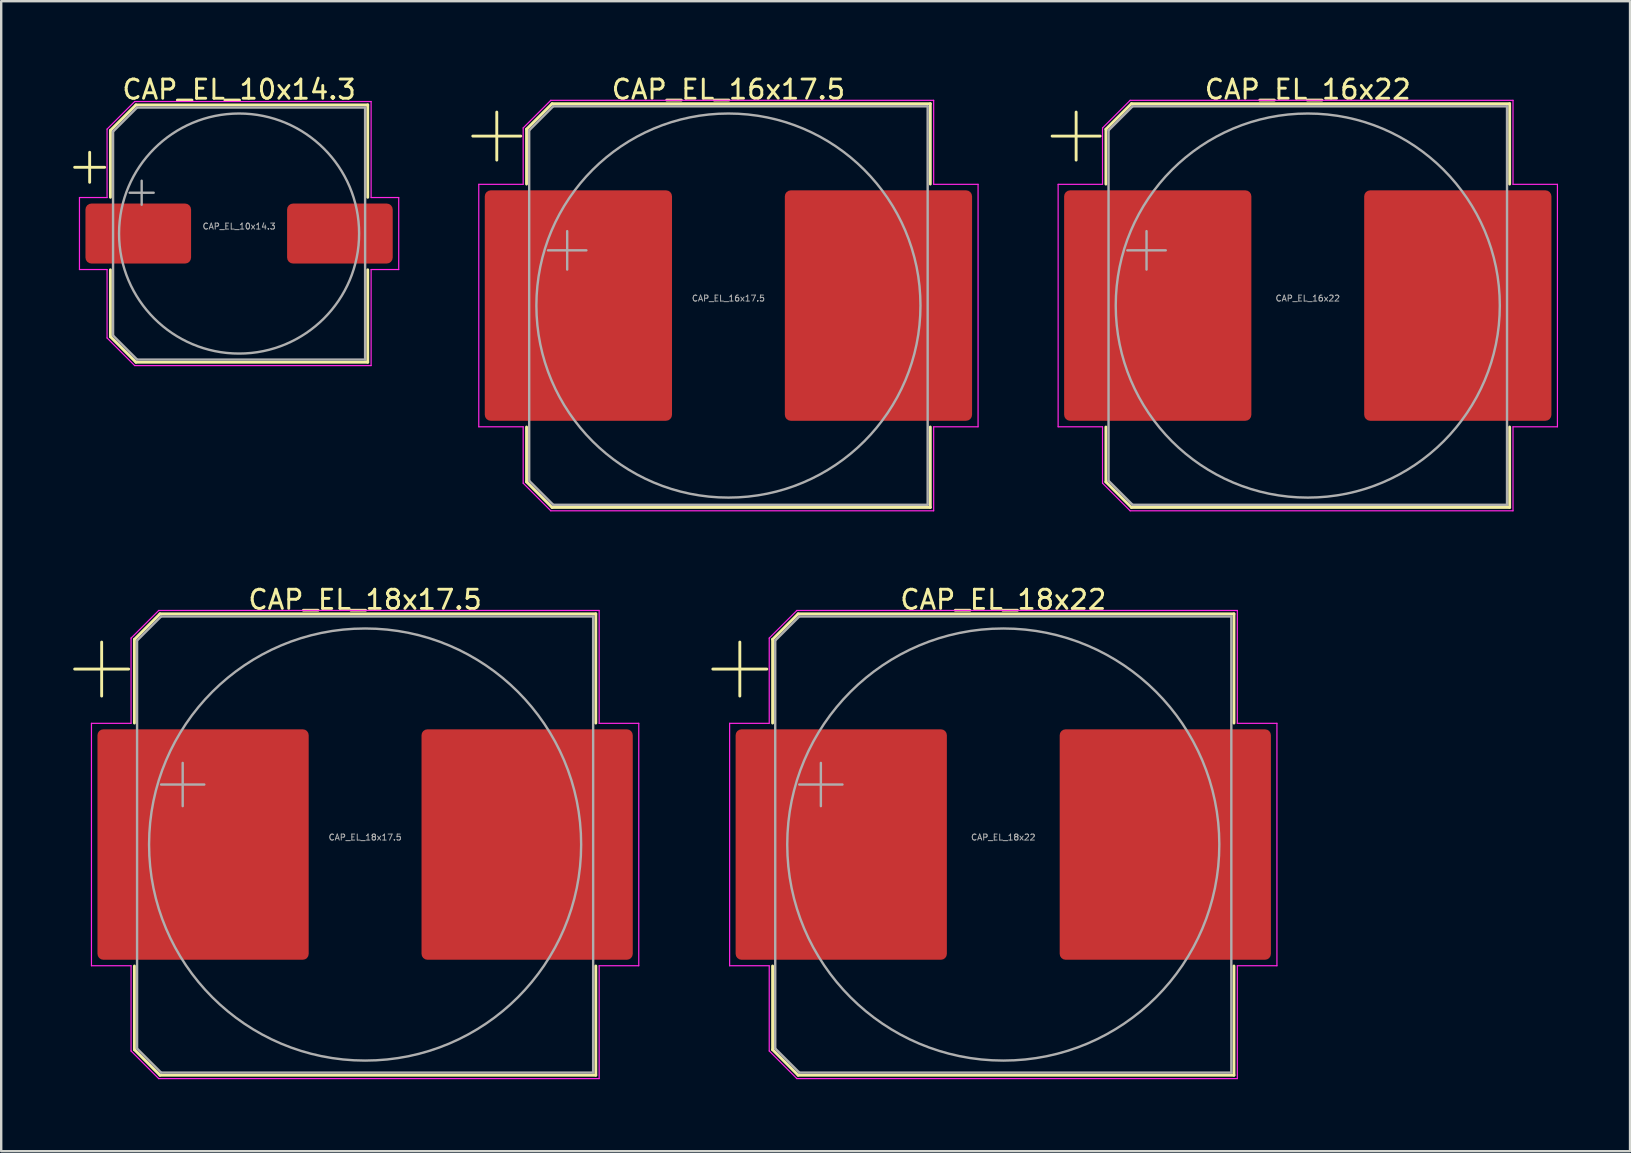
<source format=kicad_pcb>
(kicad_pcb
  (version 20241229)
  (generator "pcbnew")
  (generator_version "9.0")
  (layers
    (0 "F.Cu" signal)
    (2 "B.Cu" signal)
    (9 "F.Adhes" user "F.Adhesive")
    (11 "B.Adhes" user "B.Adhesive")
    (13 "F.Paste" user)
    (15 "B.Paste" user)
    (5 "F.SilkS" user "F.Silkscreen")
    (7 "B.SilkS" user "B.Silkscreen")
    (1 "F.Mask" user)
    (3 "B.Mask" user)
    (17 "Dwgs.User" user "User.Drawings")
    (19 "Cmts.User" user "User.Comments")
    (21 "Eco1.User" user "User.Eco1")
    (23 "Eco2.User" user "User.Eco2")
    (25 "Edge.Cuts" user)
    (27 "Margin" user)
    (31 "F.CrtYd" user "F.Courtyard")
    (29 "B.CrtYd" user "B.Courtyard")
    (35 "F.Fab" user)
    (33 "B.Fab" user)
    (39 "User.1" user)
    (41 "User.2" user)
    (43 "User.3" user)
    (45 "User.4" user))
  (footprint "CAP_EL_16x22"
    (layer "F.Cu")
    (at 51.43 9.679)
    (property "Reference" "CAP_EL_16x22" (at 0 -9 0) (layer "F.SilkS") (effects (font (size 0.8 0.8) (thickness 0.12))))
    (attr smd)
    (fp_line (start -10.65 -7.06) (end -8.65 -7.06) (stroke (width 0.12) (type solid)) (layer "F.SilkS"))
    (fp_line (start -9.65 -8.06) (end -9.65 -6.06) (stroke (width 0.12) (type solid)) (layer "F.SilkS"))
    (fp_line (start -8.41 -7.346) (end -8.41 -5.06) (stroke (width 0.12) (type solid)) (layer "F.SilkS"))
    (fp_line (start -8.41 -7.346) (end -7.346 -8.41) (stroke (width 0.12) (type solid)) (layer "F.SilkS"))
    (fp_line (start -8.41 7.346) (end -8.41 5.06) (stroke (width 0.12) (type solid)) (layer "F.SilkS"))
    (fp_line (start -8.41 7.346) (end -7.346 8.41) (stroke (width 0.12) (type solid)) (layer "F.SilkS"))
    (fp_line (start -7.346 -8.41) (end 8.41 -8.41) (stroke (width 0.12) (type solid)) (layer "F.SilkS"))
    (fp_line (start -7.346 8.41) (end 8.41 8.41) (stroke (width 0.12) (type solid)) (layer "F.SilkS"))
    (fp_line (start 8.41 -8.41) (end 8.41 -5.06) (stroke (width 0.12) (type solid)) (layer "F.SilkS"))
    (fp_line (start 8.41 8.41) (end 8.41 5.06) (stroke (width 0.12) (type solid)) (layer "F.SilkS"))
    (fp_line (start -10.4 -5.05) (end -10.4 5.05) (stroke (width 0.05) (type solid)) (layer "F.CrtYd"))
    (fp_line (start -10.4 5.05) (end -8.55 5.05) (stroke (width 0.05) (type solid)) (layer "F.CrtYd"))
    (fp_line (start -8.55 -7.4) (end -8.55 -5.05) (stroke (width 0.05) (type solid)) (layer "F.CrtYd"))
    (fp_line (start -8.55 -7.4) (end -7.4 -8.55) (stroke (width 0.05) (type solid)) (layer "F.CrtYd"))
    (fp_line (start -8.55 -5.05) (end -10.4 -5.05) (stroke (width 0.05) (type solid)) (layer "F.CrtYd"))
    (fp_line (start -8.55 5.05) (end -8.55 7.4) (stroke (width 0.05) (type solid)) (layer "F.CrtYd"))
    (fp_line (start -8.55 7.4) (end -7.4 8.55) (stroke (width 0.05) (type solid)) (layer "F.CrtYd"))
    (fp_line (start -7.4 -8.55) (end 8.55 -8.55) (stroke (width 0.05) (type solid)) (layer "F.CrtYd"))
    (fp_line (start -7.4 8.55) (end 8.55 8.55) (stroke (width 0.05) (type solid)) (layer "F.CrtYd"))
    (fp_line (start 8.55 -8.55) (end 8.55 -5.05) (stroke (width 0.05) (type solid)) (layer "F.CrtYd"))
    (fp_line (start 8.55 -5.05) (end 10.4 -5.05) (stroke (width 0.05) (type solid)) (layer "F.CrtYd"))
    (fp_line (start 8.55 5.05) (end 8.55 8.55) (stroke (width 0.05) (type solid)) (layer "F.CrtYd"))
    (fp_line (start 10.4 -5.05) (end 10.4 5.05) (stroke (width 0.05) (type solid)) (layer "F.CrtYd"))
    (fp_line (start 10.4 5.05) (end 8.55 5.05) (stroke (width 0.05) (type solid)) (layer "F.CrtYd"))
    (fp_line (start -8.3 -7.3) (end -8.3 7.3) (stroke (width 0.1) (type solid)) (layer "F.Fab"))
    (fp_line (start -8.3 -7.3) (end -7.3 -8.3) (stroke (width 0.1) (type solid)) (layer "F.Fab"))
    (fp_line (start -8.3 7.3) (end -7.3 8.3) (stroke (width 0.1) (type solid)) (layer "F.Fab"))
    (fp_line (start -7.517 -2.3) (end -5.917 -2.3) (stroke (width 0.1) (type solid)) (layer "F.Fab"))
    (fp_line (start -7.3 -8.3) (end 8.3 -8.3) (stroke (width 0.1) (type solid)) (layer "F.Fab"))
    (fp_line (start -7.3 8.3) (end 8.3 8.3) (stroke (width 0.1) (type solid)) (layer "F.Fab"))
    (fp_line (start -6.717 -3.1) (end -6.717 -1.5) (stroke (width 0.1) (type solid)) (layer "F.Fab"))
    (fp_line (start 8.3 -8.3) (end 8.3 8.3) (stroke (width 0.1) (type solid)) (layer "F.Fab"))
    (fp_circle (center 0 0) (end 8 0) (stroke (width 0.1) (type solid)) (fill no) (layer "F.Fab"))
    (fp_text user "${REFERENCE}" (at 0 -0.3 0) (layer "F.Fab") (effects (font (size 0.25 0.25) (thickness 0.04))))
    (pad "1" smd roundrect (at -6.25 0) (size 7.8 9.6) (layers "F.Cu" "F.Mask" "F.Paste") (roundrect_rratio 0.032))
    (pad "2" smd roundrect (at 6.25 0) (size 7.8 9.6) (layers "F.Cu" "F.Mask" "F.Paste") (roundrect_rratio 0.032)))
  (footprint "CAP_EL_10x14.3"
    (layer "F.Cu")
    (at 6.91 6.679)
    (property "Reference" "CAP_EL_10x14.3" (at 0 -6 0) (layer "F.SilkS") (effects (font (size 0.8 0.8) (thickness 0.12))))
    (attr smd)
    (fp_line (start -6.85 -2.76) (end -5.6 -2.76) (stroke (width 0.12) (type solid)) (layer "F.SilkS"))
    (fp_line (start -6.225 -3.385) (end -6.225 -2.135) (stroke (width 0.12) (type solid)) (layer "F.SilkS"))
    (fp_line (start -5.36 -4.296) (end -5.36 -1.51) (stroke (width 0.12) (type solid)) (layer "F.SilkS"))
    (fp_line (start -5.36 -4.296) (end -4.296 -5.36) (stroke (width 0.12) (type solid)) (layer "F.SilkS"))
    (fp_line (start -5.36 4.296) (end -5.36 1.51) (stroke (width 0.12) (type solid)) (layer "F.SilkS"))
    (fp_line (start -5.36 4.296) (end -4.296 5.36) (stroke (width 0.12) (type solid)) (layer "F.SilkS"))
    (fp_line (start -4.296 -5.36) (end 5.36 -5.36) (stroke (width 0.12) (type solid)) (layer "F.SilkS"))
    (fp_line (start -4.296 5.36) (end 5.36 5.36) (stroke (width 0.12) (type solid)) (layer "F.SilkS"))
    (fp_line (start 5.36 -5.36) (end 5.36 -1.51) (stroke (width 0.12) (type solid)) (layer "F.SilkS"))
    (fp_line (start 5.36 5.36) (end 5.36 1.51) (stroke (width 0.12) (type solid)) (layer "F.SilkS"))
    (fp_line (start -6.65 -1.5) (end -6.65 1.5) (stroke (width 0.05) (type solid)) (layer "F.CrtYd"))
    (fp_line (start -6.65 1.5) (end -5.5 1.5) (stroke (width 0.05) (type solid)) (layer "F.CrtYd"))
    (fp_line (start -5.5 -4.35) (end -5.5 -1.5) (stroke (width 0.05) (type solid)) (layer "F.CrtYd"))
    (fp_line (start -5.5 -4.35) (end -4.35 -5.5) (stroke (width 0.05) (type solid)) (layer "F.CrtYd"))
    (fp_line (start -5.5 -1.5) (end -6.65 -1.5) (stroke (width 0.05) (type solid)) (layer "F.CrtYd"))
    (fp_line (start -5.5 1.5) (end -5.5 4.35) (stroke (width 0.05) (type solid)) (layer "F.CrtYd"))
    (fp_line (start -5.5 4.35) (end -4.35 5.5) (stroke (width 0.05) (type solid)) (layer "F.CrtYd"))
    (fp_line (start -4.35 -5.5) (end 5.5 -5.5) (stroke (width 0.05) (type solid)) (layer "F.CrtYd"))
    (fp_line (start -4.35 5.5) (end 5.5 5.5) (stroke (width 0.05) (type solid)) (layer "F.CrtYd"))
    (fp_line (start 5.5 -5.5) (end 5.5 -1.5) (stroke (width 0.05) (type solid)) (layer "F.CrtYd"))
    (fp_line (start 5.5 -1.5) (end 6.65 -1.5) (stroke (width 0.05) (type solid)) (layer "F.CrtYd"))
    (fp_line (start 5.5 1.5) (end 5.5 5.5) (stroke (width 0.05) (type solid)) (layer "F.CrtYd"))
    (fp_line (start 6.65 -1.5) (end 6.65 1.5) (stroke (width 0.05) (type solid)) (layer "F.CrtYd"))
    (fp_line (start 6.65 1.5) (end 5.5 1.5) (stroke (width 0.05) (type solid)) (layer "F.CrtYd"))
    (fp_line (start -5.25 -4.25) (end -5.25 4.25) (stroke (width 0.1) (type solid)) (layer "F.Fab"))
    (fp_line (start -5.25 -4.25) (end -4.25 -5.25) (stroke (width 0.1) (type solid)) (layer "F.Fab"))
    (fp_line (start -5.25 4.25) (end -4.25 5.25) (stroke (width 0.1) (type solid)) (layer "F.Fab"))
    (fp_line (start -4.558 -1.7) (end -3.558 -1.7) (stroke (width 0.1) (type solid)) (layer "F.Fab"))
    (fp_line (start -4.25 -5.25) (end 5.25 -5.25) (stroke (width 0.1) (type solid)) (layer "F.Fab"))
    (fp_line (start -4.25 5.25) (end 5.25 5.25) (stroke (width 0.1) (type solid)) (layer "F.Fab"))
    (fp_line (start -4.058 -2.2) (end -4.058 -1.2) (stroke (width 0.1) (type solid)) (layer "F.Fab"))
    (fp_line (start 5.25 -5.25) (end 5.25 5.25) (stroke (width 0.1) (type solid)) (layer "F.Fab"))
    (fp_circle (center 0 0) (end 5 0) (stroke (width 0.1) (type solid)) (fill no) (layer "F.Fab"))
    (fp_text user "${REFERENCE}" (at 0 -0.3 0) (layer "F.Fab") (effects (font (size 0.25 0.25) (thickness 0.04))))
    (pad "1" smd roundrect (at -4.2 0) (size 4.4 2.5) (layers "F.Cu" "F.Mask" "F.Paste") (roundrect_rratio 0.1))
    (pad "2" smd roundrect (at 4.2 0) (size 4.4 2.5) (layers "F.Cu" "F.Mask" "F.Paste") (roundrect_rratio 0.1)))
  (footprint "CAP_EL_18x22"
    (layer "F.Cu")
    (at 38.745 32.132)
    (property "Reference" "CAP_EL_18x22" (at 0 -10.2 0) (layer "F.SilkS") (effects (font (size 0.8 0.8) (thickness 0.12))))
    (attr smd)
    (fp_line (start -12.1 -7.31) (end -9.85 -7.31) (stroke (width 0.12) (type solid)) (layer "F.SilkS"))
    (fp_line (start -10.975 -8.435) (end -10.975 -6.185) (stroke (width 0.12) (type solid)) (layer "F.SilkS"))
    (fp_line (start -9.61 -8.546) (end -9.61 -5.06) (stroke (width 0.12) (type solid)) (layer "F.SilkS"))
    (fp_line (start -9.61 -8.546) (end -8.546 -9.61) (stroke (width 0.12) (type solid)) (layer "F.SilkS"))
    (fp_line (start -9.61 8.546) (end -9.61 5.06) (stroke (width 0.12) (type solid)) (layer "F.SilkS"))
    (fp_line (start -9.61 8.546) (end -8.546 9.61) (stroke (width 0.12) (type solid)) (layer "F.SilkS"))
    (fp_line (start -8.546 -9.61) (end 9.61 -9.61) (stroke (width 0.12) (type solid)) (layer "F.SilkS"))
    (fp_line (start -8.546 9.61) (end 9.61 9.61) (stroke (width 0.12) (type solid)) (layer "F.SilkS"))
    (fp_line (start 9.61 -9.61) (end 9.61 -5.06) (stroke (width 0.12) (type solid)) (layer "F.SilkS"))
    (fp_line (start 9.61 9.61) (end 9.61 5.06) (stroke (width 0.12) (type solid)) (layer "F.SilkS"))
    (fp_line (start -11.4 -5.05) (end -11.4 5.05) (stroke (width 0.05) (type solid)) (layer "F.CrtYd"))
    (fp_line (start -11.4 5.05) (end -9.75 5.05) (stroke (width 0.05) (type solid)) (layer "F.CrtYd"))
    (fp_line (start -9.75 -8.6) (end -9.75 -5.05) (stroke (width 0.05) (type solid)) (layer "F.CrtYd"))
    (fp_line (start -9.75 -8.6) (end -8.6 -9.75) (stroke (width 0.05) (type solid)) (layer "F.CrtYd"))
    (fp_line (start -9.75 -5.05) (end -11.4 -5.05) (stroke (width 0.05) (type solid)) (layer "F.CrtYd"))
    (fp_line (start -9.75 5.05) (end -9.75 8.6) (stroke (width 0.05) (type solid)) (layer "F.CrtYd"))
    (fp_line (start -9.75 8.6) (end -8.6 9.75) (stroke (width 0.05) (type solid)) (layer "F.CrtYd"))
    (fp_line (start -8.6 -9.75) (end 9.75 -9.75) (stroke (width 0.05) (type solid)) (layer "F.CrtYd"))
    (fp_line (start -8.6 9.75) (end 9.75 9.75) (stroke (width 0.05) (type solid)) (layer "F.CrtYd"))
    (fp_line (start 9.75 -9.75) (end 9.75 -5.05) (stroke (width 0.05) (type solid)) (layer "F.CrtYd"))
    (fp_line (start 9.75 -5.05) (end 11.4 -5.05) (stroke (width 0.05) (type solid)) (layer "F.CrtYd"))
    (fp_line (start 9.75 5.05) (end 9.75 9.75) (stroke (width 0.05) (type solid)) (layer "F.CrtYd"))
    (fp_line (start 11.4 -5.05) (end 11.4 5.05) (stroke (width 0.05) (type solid)) (layer "F.CrtYd"))
    (fp_line (start 11.4 5.05) (end 9.75 5.05) (stroke (width 0.05) (type solid)) (layer "F.CrtYd"))
    (fp_line (start -9.5 -8.5) (end -9.5 8.5) (stroke (width 0.1) (type solid)) (layer "F.Fab"))
    (fp_line (start -9.5 -8.5) (end -8.5 -9.5) (stroke (width 0.1) (type solid)) (layer "F.Fab"))
    (fp_line (start -9.5 8.5) (end -8.5 9.5) (stroke (width 0.1) (type solid)) (layer "F.Fab"))
    (fp_line (start -8.5 -9.5) (end 9.5 -9.5) (stroke (width 0.1) (type solid)) (layer "F.Fab"))
    (fp_line (start -8.5 9.5) (end 9.5 9.5) (stroke (width 0.1) (type solid)) (layer "F.Fab"))
    (fp_line (start -8.499 -2.5) (end -6.699 -2.5) (stroke (width 0.1) (type solid)) (layer "F.Fab"))
    (fp_line (start -7.599 -3.4) (end -7.599 -1.6) (stroke (width 0.1) (type solid)) (layer "F.Fab"))
    (fp_line (start 9.5 -9.5) (end 9.5 9.5) (stroke (width 0.1) (type solid)) (layer "F.Fab"))
    (fp_circle (center 0 0) (end 9 0) (stroke (width 0.1) (type solid)) (fill no) (layer "F.Fab"))
    (fp_text user "${REFERENCE}" (at 0 -0.3 0) (layer "F.Fab") (effects (font (size 0.25 0.25) (thickness 0.04))))
    (pad "1" smd roundrect (at -6.75 0) (size 8.8 9.6) (layers "F.Cu" "F.Mask" "F.Paste") (roundrect_rratio 0.028))
    (pad "2" smd roundrect (at 6.75 0) (size 8.8 9.6) (layers "F.Cu" "F.Mask" "F.Paste") (roundrect_rratio 0.028)))
  (footprint "CAP_EL_16x17.5"
    (layer "F.Cu")
    (at 27.295 9.679)
    (property "Reference" "CAP_EL_16x17.5" (at 0 -9 0) (layer "F.SilkS") (effects (font (size 0.8 0.8) (thickness 0.12))))
    (attr smd)
    (fp_line (start -10.65 -7.06) (end -8.65 -7.06) (stroke (width 0.12) (type solid)) (layer "F.SilkS"))
    (fp_line (start -9.65 -8.06) (end -9.65 -6.06) (stroke (width 0.12) (type solid)) (layer "F.SilkS"))
    (fp_line (start -8.41 -7.346) (end -8.41 -5.06) (stroke (width 0.12) (type solid)) (layer "F.SilkS"))
    (fp_line (start -8.41 -7.346) (end -7.346 -8.41) (stroke (width 0.12) (type solid)) (layer "F.SilkS"))
    (fp_line (start -8.41 7.346) (end -8.41 5.06) (stroke (width 0.12) (type solid)) (layer "F.SilkS"))
    (fp_line (start -8.41 7.346) (end -7.346 8.41) (stroke (width 0.12) (type solid)) (layer "F.SilkS"))
    (fp_line (start -7.346 -8.41) (end 8.41 -8.41) (stroke (width 0.12) (type solid)) (layer "F.SilkS"))
    (fp_line (start -7.346 8.41) (end 8.41 8.41) (stroke (width 0.12) (type solid)) (layer "F.SilkS"))
    (fp_line (start 8.41 -8.41) (end 8.41 -5.06) (stroke (width 0.12) (type solid)) (layer "F.SilkS"))
    (fp_line (start 8.41 8.41) (end 8.41 5.06) (stroke (width 0.12) (type solid)) (layer "F.SilkS"))
    (fp_line (start -10.4 -5.05) (end -10.4 5.05) (stroke (width 0.05) (type solid)) (layer "F.CrtYd"))
    (fp_line (start -10.4 5.05) (end -8.55 5.05) (stroke (width 0.05) (type solid)) (layer "F.CrtYd"))
    (fp_line (start -8.55 -7.4) (end -8.55 -5.05) (stroke (width 0.05) (type solid)) (layer "F.CrtYd"))
    (fp_line (start -8.55 -7.4) (end -7.4 -8.55) (stroke (width 0.05) (type solid)) (layer "F.CrtYd"))
    (fp_line (start -8.55 -5.05) (end -10.4 -5.05) (stroke (width 0.05) (type solid)) (layer "F.CrtYd"))
    (fp_line (start -8.55 5.05) (end -8.55 7.4) (stroke (width 0.05) (type solid)) (layer "F.CrtYd"))
    (fp_line (start -8.55 7.4) (end -7.4 8.55) (stroke (width 0.05) (type solid)) (layer "F.CrtYd"))
    (fp_line (start -7.4 -8.55) (end 8.55 -8.55) (stroke (width 0.05) (type solid)) (layer "F.CrtYd"))
    (fp_line (start -7.4 8.55) (end 8.55 8.55) (stroke (width 0.05) (type solid)) (layer "F.CrtYd"))
    (fp_line (start 8.55 -8.55) (end 8.55 -5.05) (stroke (width 0.05) (type solid)) (layer "F.CrtYd"))
    (fp_line (start 8.55 -5.05) (end 10.4 -5.05) (stroke (width 0.05) (type solid)) (layer "F.CrtYd"))
    (fp_line (start 8.55 5.05) (end 8.55 8.55) (stroke (width 0.05) (type solid)) (layer "F.CrtYd"))
    (fp_line (start 10.4 -5.05) (end 10.4 5.05) (stroke (width 0.05) (type solid)) (layer "F.CrtYd"))
    (fp_line (start 10.4 5.05) (end 8.55 5.05) (stroke (width 0.05) (type solid)) (layer "F.CrtYd"))
    (fp_line (start -8.3 -7.3) (end -8.3 7.3) (stroke (width 0.1) (type solid)) (layer "F.Fab"))
    (fp_line (start -8.3 -7.3) (end -7.3 -8.3) (stroke (width 0.1) (type solid)) (layer "F.Fab"))
    (fp_line (start -8.3 7.3) (end -7.3 8.3) (stroke (width 0.1) (type solid)) (layer "F.Fab"))
    (fp_line (start -7.517 -2.3) (end -5.917 -2.3) (stroke (width 0.1) (type solid)) (layer "F.Fab"))
    (fp_line (start -7.3 -8.3) (end 8.3 -8.3) (stroke (width 0.1) (type solid)) (layer "F.Fab"))
    (fp_line (start -7.3 8.3) (end 8.3 8.3) (stroke (width 0.1) (type solid)) (layer "F.Fab"))
    (fp_line (start -6.717 -3.1) (end -6.717 -1.5) (stroke (width 0.1) (type solid)) (layer "F.Fab"))
    (fp_line (start 8.3 -8.3) (end 8.3 8.3) (stroke (width 0.1) (type solid)) (layer "F.Fab"))
    (fp_circle (center 0 0) (end 8 0) (stroke (width 0.1) (type solid)) (fill no) (layer "F.Fab"))
    (fp_text user "${REFERENCE}" (at 0 -0.3 0) (layer "F.Fab") (effects (font (size 0.25 0.25) (thickness 0.04))))
    (pad "1" smd roundrect (at -6.25 0) (size 7.8 9.6) (layers "F.Cu" "F.Mask" "F.Paste") (roundrect_rratio 0.032))
    (pad "2" smd roundrect (at 6.25 0) (size 7.8 9.6) (layers "F.Cu" "F.Mask" "F.Paste") (roundrect_rratio 0.032)))
  (footprint "CAP_EL_18x17.5"
    (layer "F.Cu")
    (at 12.16 32.132)
    (property "Reference" "CAP_EL_18x17.5" (at 0 -10.2 0) (layer "F.SilkS") (effects (font (size 0.8 0.8) (thickness 0.12))))
    (attr smd)
    (fp_line (start -12.1 -7.31) (end -9.85 -7.31) (stroke (width 0.12) (type solid)) (layer "F.SilkS"))
    (fp_line (start -10.975 -8.435) (end -10.975 -6.185) (stroke (width 0.12) (type solid)) (layer "F.SilkS"))
    (fp_line (start -9.61 -8.546) (end -9.61 -5.06) (stroke (width 0.12) (type solid)) (layer "F.SilkS"))
    (fp_line (start -9.61 -8.546) (end -8.546 -9.61) (stroke (width 0.12) (type solid)) (layer "F.SilkS"))
    (fp_line (start -9.61 8.546) (end -9.61 5.06) (stroke (width 0.12) (type solid)) (layer "F.SilkS"))
    (fp_line (start -9.61 8.546) (end -8.546 9.61) (stroke (width 0.12) (type solid)) (layer "F.SilkS"))
    (fp_line (start -8.546 -9.61) (end 9.61 -9.61) (stroke (width 0.12) (type solid)) (layer "F.SilkS"))
    (fp_line (start -8.546 9.61) (end 9.61 9.61) (stroke (width 0.12) (type solid)) (layer "F.SilkS"))
    (fp_line (start 9.61 -9.61) (end 9.61 -5.06) (stroke (width 0.12) (type solid)) (layer "F.SilkS"))
    (fp_line (start 9.61 9.61) (end 9.61 5.06) (stroke (width 0.12) (type solid)) (layer "F.SilkS"))
    (fp_line (start -11.4 -5.05) (end -11.4 5.05) (stroke (width 0.05) (type solid)) (layer "F.CrtYd"))
    (fp_line (start -11.4 5.05) (end -9.75 5.05) (stroke (width 0.05) (type solid)) (layer "F.CrtYd"))
    (fp_line (start -9.75 -8.6) (end -9.75 -5.05) (stroke (width 0.05) (type solid)) (layer "F.CrtYd"))
    (fp_line (start -9.75 -8.6) (end -8.6 -9.75) (stroke (width 0.05) (type solid)) (layer "F.CrtYd"))
    (fp_line (start -9.75 -5.05) (end -11.4 -5.05) (stroke (width 0.05) (type solid)) (layer "F.CrtYd"))
    (fp_line (start -9.75 5.05) (end -9.75 8.6) (stroke (width 0.05) (type solid)) (layer "F.CrtYd"))
    (fp_line (start -9.75 8.6) (end -8.6 9.75) (stroke (width 0.05) (type solid)) (layer "F.CrtYd"))
    (fp_line (start -8.6 -9.75) (end 9.75 -9.75) (stroke (width 0.05) (type solid)) (layer "F.CrtYd"))
    (fp_line (start -8.6 9.75) (end 9.75 9.75) (stroke (width 0.05) (type solid)) (layer "F.CrtYd"))
    (fp_line (start 9.75 -9.75) (end 9.75 -5.05) (stroke (width 0.05) (type solid)) (layer "F.CrtYd"))
    (fp_line (start 9.75 -5.05) (end 11.4 -5.05) (stroke (width 0.05) (type solid)) (layer "F.CrtYd"))
    (fp_line (start 9.75 5.05) (end 9.75 9.75) (stroke (width 0.05) (type solid)) (layer "F.CrtYd"))
    (fp_line (start 11.4 -5.05) (end 11.4 5.05) (stroke (width 0.05) (type solid)) (layer "F.CrtYd"))
    (fp_line (start 11.4 5.05) (end 9.75 5.05) (stroke (width 0.05) (type solid)) (layer "F.CrtYd"))
    (fp_line (start -9.5 -8.5) (end -9.5 8.5) (stroke (width 0.1) (type solid)) (layer "F.Fab"))
    (fp_line (start -9.5 -8.5) (end -8.5 -9.5) (stroke (width 0.1) (type solid)) (layer "F.Fab"))
    (fp_line (start -9.5 8.5) (end -8.5 9.5) (stroke (width 0.1) (type solid)) (layer "F.Fab"))
    (fp_line (start -8.5 -9.5) (end 9.5 -9.5) (stroke (width 0.1) (type solid)) (layer "F.Fab"))
    (fp_line (start -8.5 9.5) (end 9.5 9.5) (stroke (width 0.1) (type solid)) (layer "F.Fab"))
    (fp_line (start -8.499 -2.5) (end -6.699 -2.5) (stroke (width 0.1) (type solid)) (layer "F.Fab"))
    (fp_line (start -7.599 -3.4) (end -7.599 -1.6) (stroke (width 0.1) (type solid)) (layer "F.Fab"))
    (fp_line (start 9.5 -9.5) (end 9.5 9.5) (stroke (width 0.1) (type solid)) (layer "F.Fab"))
    (fp_circle (center 0 0) (end 9 0) (stroke (width 0.1) (type solid)) (fill no) (layer "F.Fab"))
    (fp_text user "${REFERENCE}" (at 0 -0.3 0) (layer "F.Fab") (effects (font (size 0.25 0.25) (thickness 0.04))))
    (pad "1" smd roundrect (at -6.75 0) (size 8.8 9.6) (layers "F.Cu" "F.Mask" "F.Paste") (roundrect_rratio 0.028))
    (pad "2" smd roundrect (at 6.75 0) (size 8.8 9.6) (layers "F.Cu" "F.Mask" "F.Paste") (roundrect_rratio 0.028)))
  (gr_rect
    (start -3 -3)
    (end 64.855 44.907)
    (stroke (width 0.1) (type default))
    (fill no)
    (layer "Edge.Cuts")))
</source>
